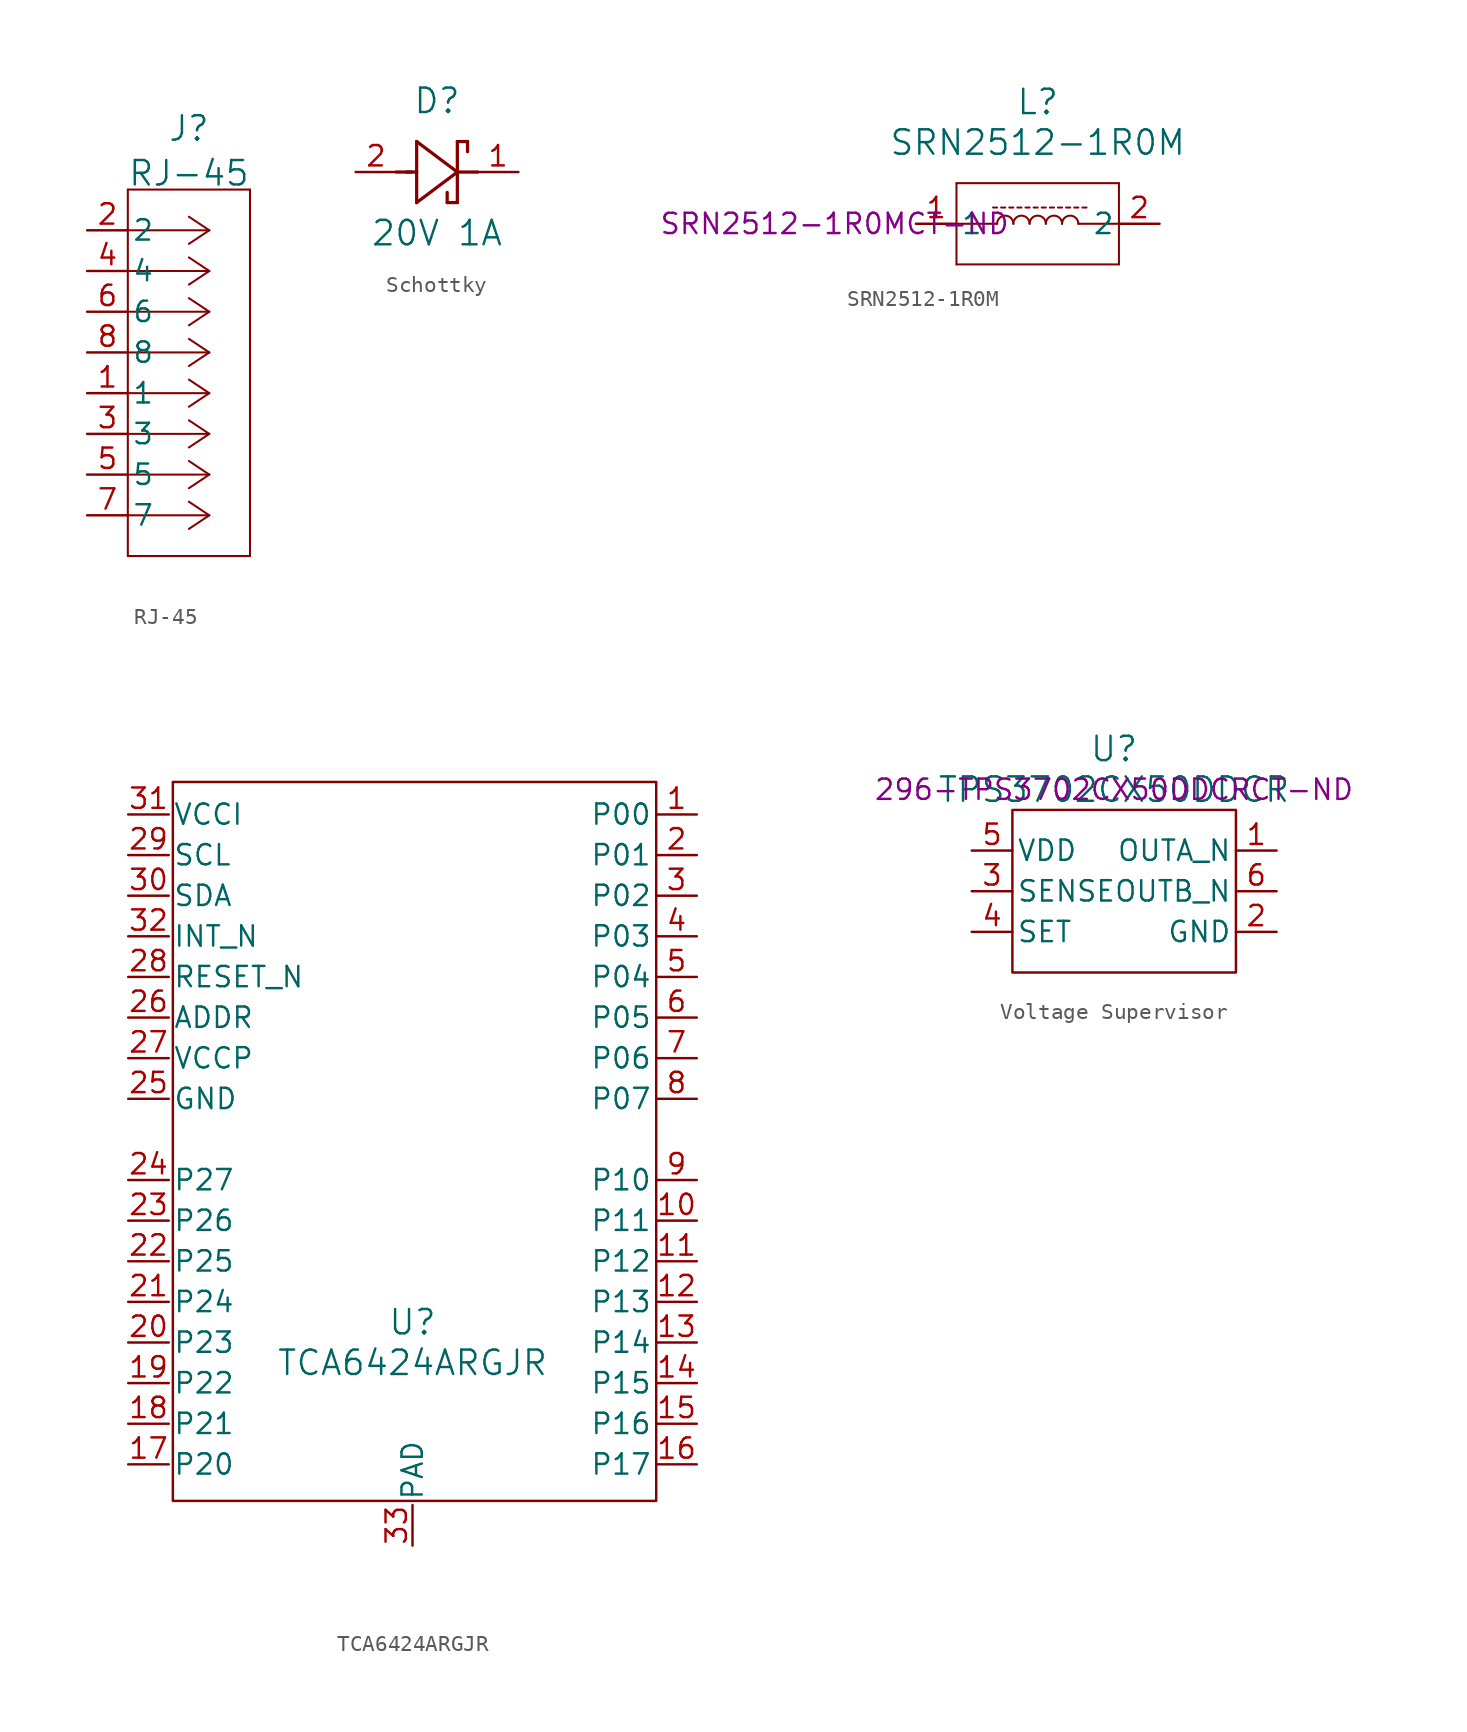
<source format=kicad_sym>
(kicad_symbol_lib
  (version 20231120)
  (generator "kicad_symbol_editor")
  (generator_version "8.0")
  (symbol "RJ-45"
    (pin_names
      (offset 0.254))
    (property "Reference" "J"
      (at 3.81 3.81 0)
      (effects (font (size 1.524 1.524))))
    (property "Value" "RJ-45"
      (at 3.81 1.016 0)
      (effects (font (size 1.524 1.524))))
    (symbol "RJ-45_0_1"
      (polyline (pts (xy 0 -22.86) (xy 7.62 -22.86)) (stroke (width 0.127) (type default)) (fill (type none)))
      (polyline (pts (xy 0 0) (xy 0 -22.86)) (stroke (width 0.127) (type default)) (fill (type none)))
      (polyline (pts (xy 5.08 -20.32) (xy 0 -20.32)) (stroke (width 0.127) (type default)) (fill (type none)))
      (polyline (pts (xy 5.08 -20.32) (xy 3.81 -21.167)) (stroke (width 0.127) (type default)) (fill (type none)))
      (polyline (pts (xy 5.08 -20.32) (xy 3.81 -19.473)) (stroke (width 0.127) (type default)) (fill (type none)))
      (polyline (pts (xy 5.08 -17.78) (xy 0 -17.78)) (stroke (width 0.127) (type default)) (fill (type none)))
      (polyline (pts (xy 5.08 -17.78) (xy 3.81 -18.627)) (stroke (width 0.127) (type default)) (fill (type none)))
      (polyline (pts (xy 5.08 -17.78) (xy 3.81 -16.933)) (stroke (width 0.127) (type default)) (fill (type none)))
      (polyline (pts (xy 5.08 -15.24) (xy 0 -15.24)) (stroke (width 0.127) (type default)) (fill (type none)))
      (polyline (pts (xy 5.08 -15.24) (xy 3.81 -16.087)) (stroke (width 0.127) (type default)) (fill (type none)))
      (polyline (pts (xy 5.08 -15.24) (xy 3.81 -14.393)) (stroke (width 0.127) (type default)) (fill (type none)))
      (polyline (pts (xy 5.08 -12.7) (xy 0 -12.7)) (stroke (width 0.127) (type default)) (fill (type none)))
      (polyline (pts (xy 5.08 -12.7) (xy 3.81 -13.547)) (stroke (width 0.127) (type default)) (fill (type none)))
      (polyline (pts (xy 5.08 -12.7) (xy 3.81 -11.853)) (stroke (width 0.127) (type default)) (fill (type none)))
      (polyline (pts (xy 5.08 -10.16) (xy 0 -10.16)) (stroke (width 0.127) (type default)) (fill (type none)))
      (polyline (pts (xy 5.08 -10.16) (xy 3.81 -11.007)) (stroke (width 0.127) (type default)) (fill (type none)))
      (polyline (pts (xy 5.08 -10.16) (xy 3.81 -9.313)) (stroke (width 0.127) (type default)) (fill (type none)))
      (polyline (pts (xy 5.08 -7.62) (xy 0 -7.62)) (stroke (width 0.127) (type default)) (fill (type none)))
      (polyline (pts (xy 5.08 -7.62) (xy 3.81 -8.467)) (stroke (width 0.127) (type default)) (fill (type none)))
      (polyline (pts (xy 5.08 -7.62) (xy 3.81 -6.773)) (stroke (width 0.127) (type default)) (fill (type none)))
      (polyline (pts (xy 5.08 -5.08) (xy 0 -5.08)) (stroke (width 0.127) (type default)) (fill (type none)))
      (polyline (pts (xy 5.08 -5.08) (xy 3.81 -5.927)) (stroke (width 0.127) (type default)) (fill (type none)))
      (polyline (pts (xy 5.08 -5.08) (xy 3.81 -4.233)) (stroke (width 0.127) (type default)) (fill (type none)))
      (polyline (pts (xy 5.08 -2.54) (xy 0 -2.54)) (stroke (width 0.127) (type default)) (fill (type none)))
      (polyline (pts (xy 5.08 -2.54) (xy 3.81 -3.387)) (stroke (width 0.127) (type default)) (fill (type none)))
      (polyline (pts (xy 5.08 -2.54) (xy 3.81 -1.693)) (stroke (width 0.127) (type default)) (fill (type none)))
      (polyline (pts (xy 7.62 -22.86) (xy 7.62 0)) (stroke (width 0.127) (type default)) (fill (type none)))
      (polyline (pts (xy 7.62 0) (xy 0 0)) (stroke (width 0.127) (type default)) (fill (type none)))
      (pin bidirectional line (at -2.54 -12.7 0) (length 2.54) (name "1" (effects (font (size 1.27 1.27)))) (number "1" (effects (font (size 1.27 1.27)))))
      (pin bidirectional line (at -2.54 -2.54 0) (length 2.54) (name "2" (effects (font (size 1.27 1.27)))) (number "2" (effects (font (size 1.27 1.27)))))
      (pin bidirectional line (at -2.54 -15.24 0) (length 2.54) (name "3" (effects (font (size 1.27 1.27)))) (number "3" (effects (font (size 1.27 1.27)))))
      (pin bidirectional line (at -2.54 -5.08 0) (length 2.54) (name "4" (effects (font (size 1.27 1.27)))) (number "4" (effects (font (size 1.27 1.27)))))
      (pin bidirectional line (at -2.54 -17.78 0) (length 2.54) (name "5" (effects (font (size 1.27 1.27)))) (number "5" (effects (font (size 1.27 1.27)))))
      (pin bidirectional line (at -2.54 -7.62 0) (length 2.54) (name "6" (effects (font (size 1.27 1.27)))) (number "6" (effects (font (size 1.27 1.27)))))
      (pin bidirectional line (at -2.54 -20.32 0) (length 2.54) (name "7" (effects (font (size 1.27 1.27)))) (number "7" (effects (font (size 1.27 1.27)))))
      (pin bidirectional line (at -2.54 -10.16 0) (length 2.54) (name "8" (effects (font (size 1.27 1.27)))) (number "8" (effects (font (size 1.27 1.27)))))))
  (symbol "Schottky"
    (pin_names
      (offset 0.254))
    (property "Reference" "D"
      (at 5.08 4.445 0)
      (effects (font (size 1.524 1.524))))
    (property "Value" "20V 1A"
      (at 5.08 -3.81 0)
      (effects (font (size 1.524 1.524))))
    (symbol "Schottky_0_1"
      (polyline (pts (xy 2.54 0) (xy 3.48 0)) (stroke (width 0.203) (type default)) (fill (type none)))
      (polyline (pts (xy 3.175 0) (xy 3.81 0)) (stroke (width 0.203) (type default)) (fill (type none)))
      (polyline (pts (xy 3.81 -1.905) (xy 6.35 0)) (stroke (width 0.203) (type default)) (fill (type none)))
      (polyline (pts (xy 3.81 1.905) (xy 3.81 -1.905)) (stroke (width 0.203) (type default)) (fill (type none)))
      (polyline (pts (xy 5.715 -1.905) (xy 5.715 -1.27)) (stroke (width 0.203) (type default)) (fill (type none)))
      (polyline (pts (xy 6.35 -1.905) (xy 5.715 -1.905)) (stroke (width 0.203) (type default)) (fill (type none)))
      (polyline (pts (xy 6.35 -1.905) (xy 6.35 1.905)) (stroke (width 0.203) (type default)) (fill (type none)))
      (polyline (pts (xy 6.35 0) (xy 3.81 1.905)) (stroke (width 0.203) (type default)) (fill (type none)))
      (polyline (pts (xy 6.35 0) (xy 7.62 0)) (stroke (width 0.203) (type default)) (fill (type none)))
      (polyline (pts (xy 6.35 1.905) (xy 6.985 1.905)) (stroke (width 0.203) (type default)) (fill (type none)))
      (polyline (pts (xy 6.985 1.905) (xy 6.985 1.27)) (stroke (width 0.203) (type default)) (fill (type none)))
      (pin passive line (at 10.16 0 180) (length 2.54) (name "" (effects (font (size 1.27 1.27)))) (number "1" (effects (font (size 1.27 1.27)))))
      (pin passive line (at 0 0 0) (length 2.54) (name "" (effects (font (size 1.27 1.27)))) (number "2" (effects (font (size 1.27 1.27)))))))
  (symbol "SRN2512-1R0M"
    (pin_names
      (offset 0.254))
    (property "Reference" "L"
      (at 12.7 7.62 0)
      (effects (font (size 1.524 1.524))))
    (property "Value" "SRN2512-1R0M"
      (at 12.7 5.08 0)
      (effects (font (size 1.524 1.524))))
    (property "DigiKey Part Number" "SRN2512-1R0MCT-ND"
      (at 0 0 0)
      (effects (font (size 1.27 1.27))))
    (symbol "SRN2512-1R0M_0_1"
      (polyline (pts (xy 7.62 -2.54) (xy 17.78 -2.54)) (stroke (width 0.127) (type default)) (fill (type none)))
      (polyline (pts (xy 7.62 2.54) (xy 7.62 -2.54)) (stroke (width 0.127) (type default)) (fill (type none)))
      (polyline (pts (xy 9.906 1.016) (xy 10.16 1.016)) (stroke (width 0.127) (type default)) (fill (type none)))
      (polyline (pts (xy 10.16 0) (xy 7.62 0)) (stroke (width 0.127) (type default)) (fill (type none)))
      (polyline (pts (xy 10.414 1.016) (xy 10.668 1.016)) (stroke (width 0.127) (type default)) (fill (type none)))
      (polyline (pts (xy 10.922 1.016) (xy 11.176 1.016)) (stroke (width 0.127) (type default)) (fill (type none)))
      (polyline (pts (xy 11.43 1.016) (xy 11.684 1.016)) (stroke (width 0.127) (type default)) (fill (type none)))
      (polyline (pts (xy 11.938 1.016) (xy 12.192 1.016)) (stroke (width 0.127) (type default)) (fill (type none)))
      (polyline (pts (xy 12.446 1.016) (xy 12.7 1.016)) (stroke (width 0.127) (type default)) (fill (type none)))
      (polyline (pts (xy 12.954 1.016) (xy 13.208 1.016)) (stroke (width 0.127) (type default)) (fill (type none)))
      (polyline (pts (xy 13.462 1.016) (xy 13.716 1.016)) (stroke (width 0.127) (type default)) (fill (type none)))
      (polyline (pts (xy 13.97 1.016) (xy 14.224 1.016)) (stroke (width 0.127) (type default)) (fill (type none)))
      (polyline (pts (xy 14.478 1.016) (xy 14.732 1.016)) (stroke (width 0.127) (type default)) (fill (type none)))
      (polyline (pts (xy 14.986 1.016) (xy 15.24 1.016)) (stroke (width 0.127) (type default)) (fill (type none)))
      (polyline (pts (xy 15.24 0) (xy 17.78 0)) (stroke (width 0.127) (type default)) (fill (type none)))
      (polyline (pts (xy 15.494 1.016) (xy 15.748 1.016)) (stroke (width 0.127) (type default)) (fill (type none)))
      (polyline (pts (xy 17.78 -2.54) (xy 17.78 2.54)) (stroke (width 0.127) (type default)) (fill (type none)))
      (polyline (pts (xy 17.78 2.54) (xy 7.62 2.54)) (stroke (width 0.127) (type default)) (fill (type none)))
      (arc (start 11.176 0) (mid 10.668 0.5058) (end 10.16 0) (stroke (width 0.127) (type default)) (fill (type none)))
      (arc (start 12.192 0) (mid 11.684 0.5058) (end 11.176 0) (stroke (width 0.127) (type default)) (fill (type none)))
      (arc (start 13.208 0) (mid 12.7 0.5058) (end 12.192 0) (stroke (width 0.127) (type default)) (fill (type none)))
      (arc (start 14.224 0) (mid 13.716 0.5058) (end 13.208 0) (stroke (width 0.127) (type default)) (fill (type none)))
      (arc (start 15.24 0) (mid 14.732 0.5058) (end 14.224 0) (stroke (width 0.127) (type default)) (fill (type none)))
      (pin passive line (at 5.08 0 0) (length 2.54) (name "1" (effects (font (size 1.27 1.27)))) (number "1" (effects (font (size 1.27 1.27)))))
      (pin passive line (at 20.32 0 180) (length 2.54) (name "2" (effects (font (size 1.27 1.27)))) (number "2" (effects (font (size 1.27 1.27)))))))
  (symbol "TCA6424ARGJR"
    (pin_names
      (offset 0.254))
    (property "Reference" "U"
      (at 0 -12.7 0)
      (effects (font (size 1.524 1.524))))
    (property "Value" "TCA6424ARGJR"
      (at 0 -15.24 0)
      (effects (font (size 1.524 1.524))))
    (symbol "TCA6424ARGJR_0_1"
      (pin bidirectional line (at 17.78 19.05 180) (length 2.54) (name "P00" (effects (font (size 1.27 1.27)))) (number "1" (effects (font (size 1.27 1.27)))))
      (pin bidirectional line (at 17.78 -6.35 180) (length 2.54) (name "P11" (effects (font (size 1.27 1.27)))) (number "10" (effects (font (size 1.27 1.27)))))
      (pin bidirectional line (at 17.78 -8.89 180) (length 2.54) (name "P12" (effects (font (size 1.27 1.27)))) (number "11" (effects (font (size 1.27 1.27)))))
      (pin bidirectional line (at 17.78 -11.43 180) (length 2.54) (name "P13" (effects (font (size 1.27 1.27)))) (number "12" (effects (font (size 1.27 1.27)))))
      (pin bidirectional line (at 17.78 -13.97 180) (length 2.54) (name "P14" (effects (font (size 1.27 1.27)))) (number "13" (effects (font (size 1.27 1.27)))))
      (pin bidirectional line (at 17.78 -16.51 180) (length 2.54) (name "P15" (effects (font (size 1.27 1.27)))) (number "14" (effects (font (size 1.27 1.27)))))
      (pin bidirectional line (at 17.78 -19.05 180) (length 2.54) (name "P16" (effects (font (size 1.27 1.27)))) (number "15" (effects (font (size 1.27 1.27)))))
      (pin bidirectional line (at 17.78 -21.59 180) (length 2.54) (name "P17" (effects (font (size 1.27 1.27)))) (number "16" (effects (font (size 1.27 1.27)))))
      (pin bidirectional line (at -17.78 -21.59 0) (length 2.54) (name "P20" (effects (font (size 1.27 1.27)))) (number "17" (effects (font (size 1.27 1.27)))))
      (pin bidirectional line (at -17.78 -19.05 0) (length 2.54) (name "P21" (effects (font (size 1.27 1.27)))) (number "18" (effects (font (size 1.27 1.27)))))
      (pin bidirectional line (at -17.78 -16.51 0) (length 2.54) (name "P22" (effects (font (size 1.27 1.27)))) (number "19" (effects (font (size 1.27 1.27)))))
      (pin bidirectional line (at 17.78 16.51 180) (length 2.54) (name "P01" (effects (font (size 1.27 1.27)))) (number "2" (effects (font (size 1.27 1.27)))))
      (pin bidirectional line (at -17.78 -13.97 0) (length 2.54) (name "P23" (effects (font (size 1.27 1.27)))) (number "20" (effects (font (size 1.27 1.27)))))
      (pin bidirectional line (at -17.78 -11.43 0) (length 2.54) (name "P24" (effects (font (size 1.27 1.27)))) (number "21" (effects (font (size 1.27 1.27)))))
      (pin bidirectional line (at -17.78 -8.89 0) (length 2.54) (name "P25" (effects (font (size 1.27 1.27)))) (number "22" (effects (font (size 1.27 1.27)))))
      (pin bidirectional line (at -17.78 -6.35 0) (length 2.54) (name "P26" (effects (font (size 1.27 1.27)))) (number "23" (effects (font (size 1.27 1.27)))))
      (pin bidirectional line (at -17.78 -3.81 0) (length 2.54) (name "P27" (effects (font (size 1.27 1.27)))) (number "24" (effects (font (size 1.27 1.27)))))
      (pin power_in line (at -17.78 1.27 0) (length 2.54) (name "GND" (effects (font (size 1.27 1.27)))) (number "25" (effects (font (size 1.27 1.27)))))
      (pin input line (at -17.78 6.35 0) (length 2.54) (name "ADDR" (effects (font (size 1.27 1.27)))) (number "26" (effects (font (size 1.27 1.27)))))
      (pin power_in line (at -17.78 3.81 0) (length 2.54) (name "VCCP" (effects (font (size 1.27 1.27)))) (number "27" (effects (font (size 1.27 1.27)))))
      (pin input line (at -17.78 8.89 0) (length 2.54) (name "RESET_N" (effects (font (size 1.27 1.27)))) (number "28" (effects (font (size 1.27 1.27)))))
      (pin input line (at -17.78 16.51 0) (length 2.54) (name "SCL" (effects (font (size 1.27 1.27)))) (number "29" (effects (font (size 1.27 1.27)))))
      (pin bidirectional line (at 17.78 13.97 180) (length 2.54) (name "P02" (effects (font (size 1.27 1.27)))) (number "3" (effects (font (size 1.27 1.27)))))
      (pin bidirectional line (at -17.78 13.97 0) (length 2.54) (name "SDA" (effects (font (size 1.27 1.27)))) (number "30" (effects (font (size 1.27 1.27)))))
      (pin power_in line (at -17.78 19.05 0) (length 2.54) (name "VCCI" (effects (font (size 1.27 1.27)))) (number "31" (effects (font (size 1.27 1.27)))))
      (pin output line (at -17.78 11.43 0) (length 2.54) (name "INT_N" (effects (font (size 1.27 1.27)))) (number "32" (effects (font (size 1.27 1.27)))))
      (pin power_in line (at 0 -26.67 90) (length 2.54) (name "PAD" (effects (font (size 1.27 1.27)))) (number "33" (effects (font (size 1.27 1.27)))))
      (pin bidirectional line (at 17.78 11.43 180) (length 2.54) (name "P03" (effects (font (size 1.27 1.27)))) (number "4" (effects (font (size 1.27 1.27)))))
      (pin bidirectional line (at 17.78 8.89 180) (length 2.54) (name "P04" (effects (font (size 1.27 1.27)))) (number "5" (effects (font (size 1.27 1.27)))))
      (pin bidirectional line (at 17.78 6.35 180) (length 2.54) (name "P05" (effects (font (size 1.27 1.27)))) (number "6" (effects (font (size 1.27 1.27)))))
      (pin bidirectional line (at 17.78 3.81 180) (length 2.54) (name "P06" (effects (font (size 1.27 1.27)))) (number "7" (effects (font (size 1.27 1.27)))))
      (pin bidirectional line (at 17.78 1.27 180) (length 2.54) (name "P07" (effects (font (size 1.27 1.27)))) (number "8" (effects (font (size 1.27 1.27)))))
      (pin bidirectional line (at 17.78 -3.81 180) (length 2.54) (name "P10" (effects (font (size 1.27 1.27)))) (number "9" (effects (font (size 1.27 1.27))))))
    (symbol "TCA6424ARGJR_1_1"
      (rectangle (start -14.986 21.082) (end 15.24 -23.876) (stroke (width 0) (type default)) (fill (type none)))))
  (symbol "Voltage Supervisor"
    (pin_names
      (offset 0.254))
    (property "Reference" "U"
      (at 0 2.54 0)
      (effects (font (size 1.524 1.524))))
    (property "Value" "TPS3702CX50DDCR"
      (at 0 0 0)
      (effects (font (size 1.524 1.524))))
    (property "DigiKey Part Number" "296-TPS3702CX50DDCRCT-ND"
      (at 0 0 0)
      (effects (font (size 1.27 1.27))))
    (symbol "Voltage Supervisor_0_1"
      (rectangle (start -6.35 -1.27) (end 7.62 -11.43) (stroke (width 0) (type default)) (fill (type none)))
      (pin open_collector line (at 10.16 -3.81 180) (length 2.54) (name "OUTA_N" (effects (font (size 1.27 1.27)))) (number "1" (effects (font (size 1.27 1.27)))))
      (pin power_in line (at 10.16 -8.89 180) (length 2.54) (name "GND" (effects (font (size 1.27 1.27)))) (number "2" (effects (font (size 1.27 1.27)))))
      (pin input line (at -8.89 -6.35 0) (length 2.54) (name "SENSE" (effects (font (size 1.27 1.27)))) (number "3" (effects (font (size 1.27 1.27)))))
      (pin input line (at -8.89 -8.89 0) (length 2.54) (name "SET" (effects (font (size 1.27 1.27)))) (number "4" (effects (font (size 1.27 1.27)))))
      (pin power_in line (at -8.89 -3.81 0) (length 2.54) (name "VDD" (effects (font (size 1.27 1.27)))) (number "5" (effects (font (size 1.27 1.27)))))
      (pin open_collector line (at 10.16 -6.35 180) (length 2.54) (name "OUTB_N" (effects (font (size 1.27 1.27)))) (number "6" (effects (font (size 1.27 1.27))))))))
</source>
